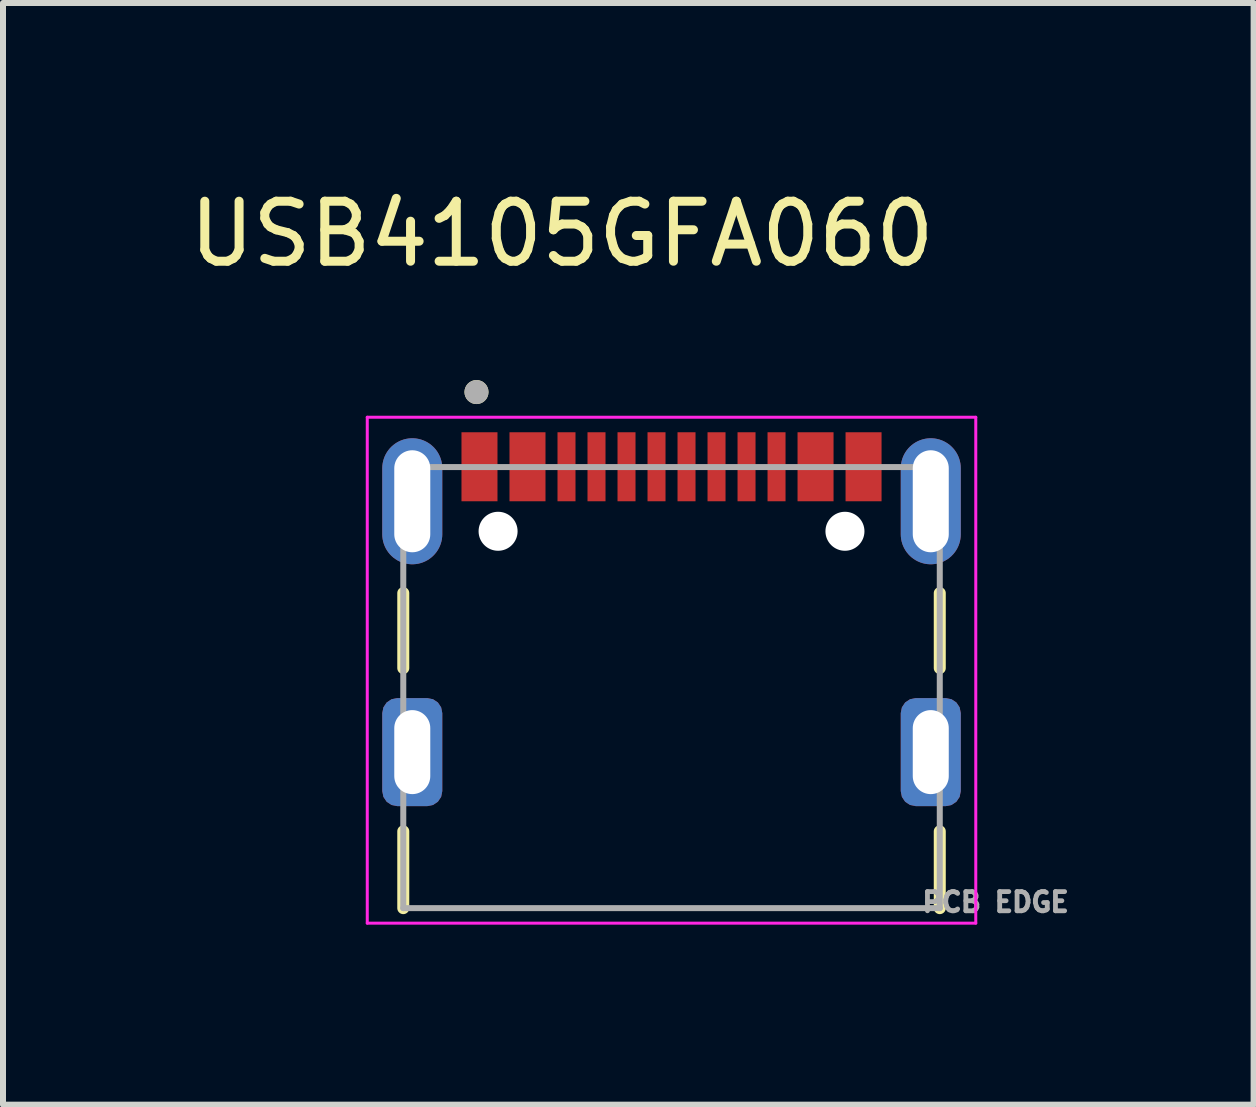
<source format=kicad_pcb>
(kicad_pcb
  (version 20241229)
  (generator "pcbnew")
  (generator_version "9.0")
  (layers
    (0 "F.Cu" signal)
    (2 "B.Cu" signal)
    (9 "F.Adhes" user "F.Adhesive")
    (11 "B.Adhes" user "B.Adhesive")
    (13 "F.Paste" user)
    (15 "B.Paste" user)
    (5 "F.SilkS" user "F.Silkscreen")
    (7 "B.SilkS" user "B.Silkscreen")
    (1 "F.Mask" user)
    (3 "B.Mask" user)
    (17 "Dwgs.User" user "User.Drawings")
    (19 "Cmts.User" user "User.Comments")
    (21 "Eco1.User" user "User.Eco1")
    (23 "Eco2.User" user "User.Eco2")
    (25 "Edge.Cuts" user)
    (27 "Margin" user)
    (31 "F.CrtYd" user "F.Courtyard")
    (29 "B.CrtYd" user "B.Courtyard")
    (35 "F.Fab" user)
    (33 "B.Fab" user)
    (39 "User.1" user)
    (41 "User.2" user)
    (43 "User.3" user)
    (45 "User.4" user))
  (footprint "USB4105GFA060"
    (layer "F.Cu")
    (at 8.14 9.483)
    (property "Reference" "USB4105GFA060" (at -1.825 -8.635 0) (layer "F.SilkS") (effects (font (size 1 1) (thickness 0.15))))
    (attr smd)
    (fp_line (start -4.47 -2.65) (end -4.47 -1.4) (stroke (width 0.2) (type solid)) (layer "F.SilkS"))
    (fp_line (start -4.47 1.32) (end -4.47 2.6) (stroke (width 0.2) (type solid)) (layer "F.SilkS"))
    (fp_line (start 4.47 -2.65) (end 4.47 -1.4) (stroke (width 0.2) (type solid)) (layer "F.SilkS"))
    (fp_line (start 4.47 2.6) (end 4.47 1.32) (stroke (width 0.2) (type solid)) (layer "F.SilkS"))
    (fp_circle (center -3.25 -6) (end -3.15 -6) (stroke (width 0.2) (type solid)) (fill no) (layer "F.SilkS"))
    (fp_line (start -5.07 -5.58) (end -5.07 2.85) (stroke (width 0.05) (type solid)) (layer "F.CrtYd"))
    (fp_line (start -5.07 2.85) (end 5.07 2.85) (stroke (width 0.05) (type solid)) (layer "F.CrtYd"))
    (fp_line (start 5.07 -5.58) (end -5.07 -5.58) (stroke (width 0.05) (type solid)) (layer "F.CrtYd"))
    (fp_line (start 5.07 2.85) (end 5.07 -5.58) (stroke (width 0.05) (type solid)) (layer "F.CrtYd"))
    (fp_line (start -4.47 -4.75) (end 4.47 -4.75) (stroke (width 0.1) (type solid)) (layer "F.Fab"))
    (fp_line (start -4.47 2.6) (end -4.47 -4.75) (stroke (width 0.1) (type solid)) (layer "F.Fab"))
    (fp_line (start 4.47 -4.75) (end 4.47 2.6) (stroke (width 0.1) (type solid)) (layer "F.Fab"))
    (fp_line (start 4.47 2.6) (end -4.47 2.6) (stroke (width 0.1) (type solid)) (layer "F.Fab"))
    (fp_circle (center -3.25 -6) (end -3.15 -6) (stroke (width 0.2) (type solid)) (fill no) (layer "F.Fab"))
    (fp_text user "PCB EDGE" (at 5.4 2.5 0) (layer "F.Fab") (effects (font (size 0.32 0.32) (thickness 0.15))))
    (pad "" np_thru_hole circle (at -2.89 -3.68) (size 0.65 0.65) (drill 0.65) (layers "*.Cu" "*.Mask"))
    (pad "" np_thru_hole circle (at 2.89 -3.68) (size 0.65 0.65) (drill 0.65) (layers "*.Cu" "*.Mask"))
    (pad "A1_B12" smd rect (at -3.2 -4.755) (size 0.6 1.15) (layers "F.Cu" "F.Mask" "F.Paste"))
    (pad "A4_B9" smd rect (at -2.4 -4.755) (size 0.6 1.15) (layers "F.Cu" "F.Mask" "F.Paste"))
    (pad "A5" smd rect (at -1.25 -4.755) (size 0.3 1.15) (layers "F.Cu" "F.Mask" "F.Paste"))
    (pad "A6" smd rect (at -0.25 -4.755) (size 0.3 1.15) (layers "F.Cu" "F.Mask" "F.Paste"))
    (pad "A7" smd rect (at 0.25 -4.755) (size 0.3 1.15) (layers "F.Cu" "F.Mask" "F.Paste"))
    (pad "A8" smd rect (at 1.25 -4.755) (size 0.3 1.15) (layers "F.Cu" "F.Mask" "F.Paste"))
    (pad "B1_A12" smd rect (at 3.2 -4.755) (size 0.6 1.15) (layers "F.Cu" "F.Mask" "F.Paste"))
    (pad "B4_A9" smd rect (at 2.4 -4.755) (size 0.6 1.15) (layers "F.Cu" "F.Mask" "F.Paste"))
    (pad "B5" smd rect (at 1.75 -4.755) (size 0.3 1.15) (layers "F.Cu" "F.Mask" "F.Paste"))
    (pad "B6" smd rect (at 0.75 -4.755) (size 0.3 1.15) (layers "F.Cu" "F.Mask" "F.Paste"))
    (pad "B7" smd rect (at -0.75 -4.755) (size 0.3 1.15) (layers "F.Cu" "F.Mask" "F.Paste"))
    (pad "B8" smd rect (at -1.75 -4.755) (size 0.3 1.15) (layers "F.Cu" "F.Mask" "F.Paste"))
    (pad "SH1" thru_hole oval (at -4.32 -4.18) (size 1 2.1) (drill oval 0.6 1.7) (layers "*.Cu" "*.Mask"))
    (pad "SH2" thru_hole oval (at 4.32 -4.18) (size 1 2.1) (drill oval 0.6 1.7) (layers "*.Cu" "*.Mask"))
    (pad "SH3" thru_hole roundrect (at -4.32 0) (size 1 1.8) (drill oval 0.6 1.4) (layers "*.Cu" "*.Mask") (roundrect_rratio 0.25))
    (pad "SH4" thru_hole roundrect (at 4.32 0) (size 1 1.8) (drill oval 0.6 1.4) (layers "*.Cu" "*.Mask") (roundrect_rratio 0.25)))
  (gr_rect
    (start -3 -3)
    (end 17.84 15.358)
    (stroke (width 0.1) (type default))
    (fill no)
    (layer "Edge.Cuts")))
</source>
